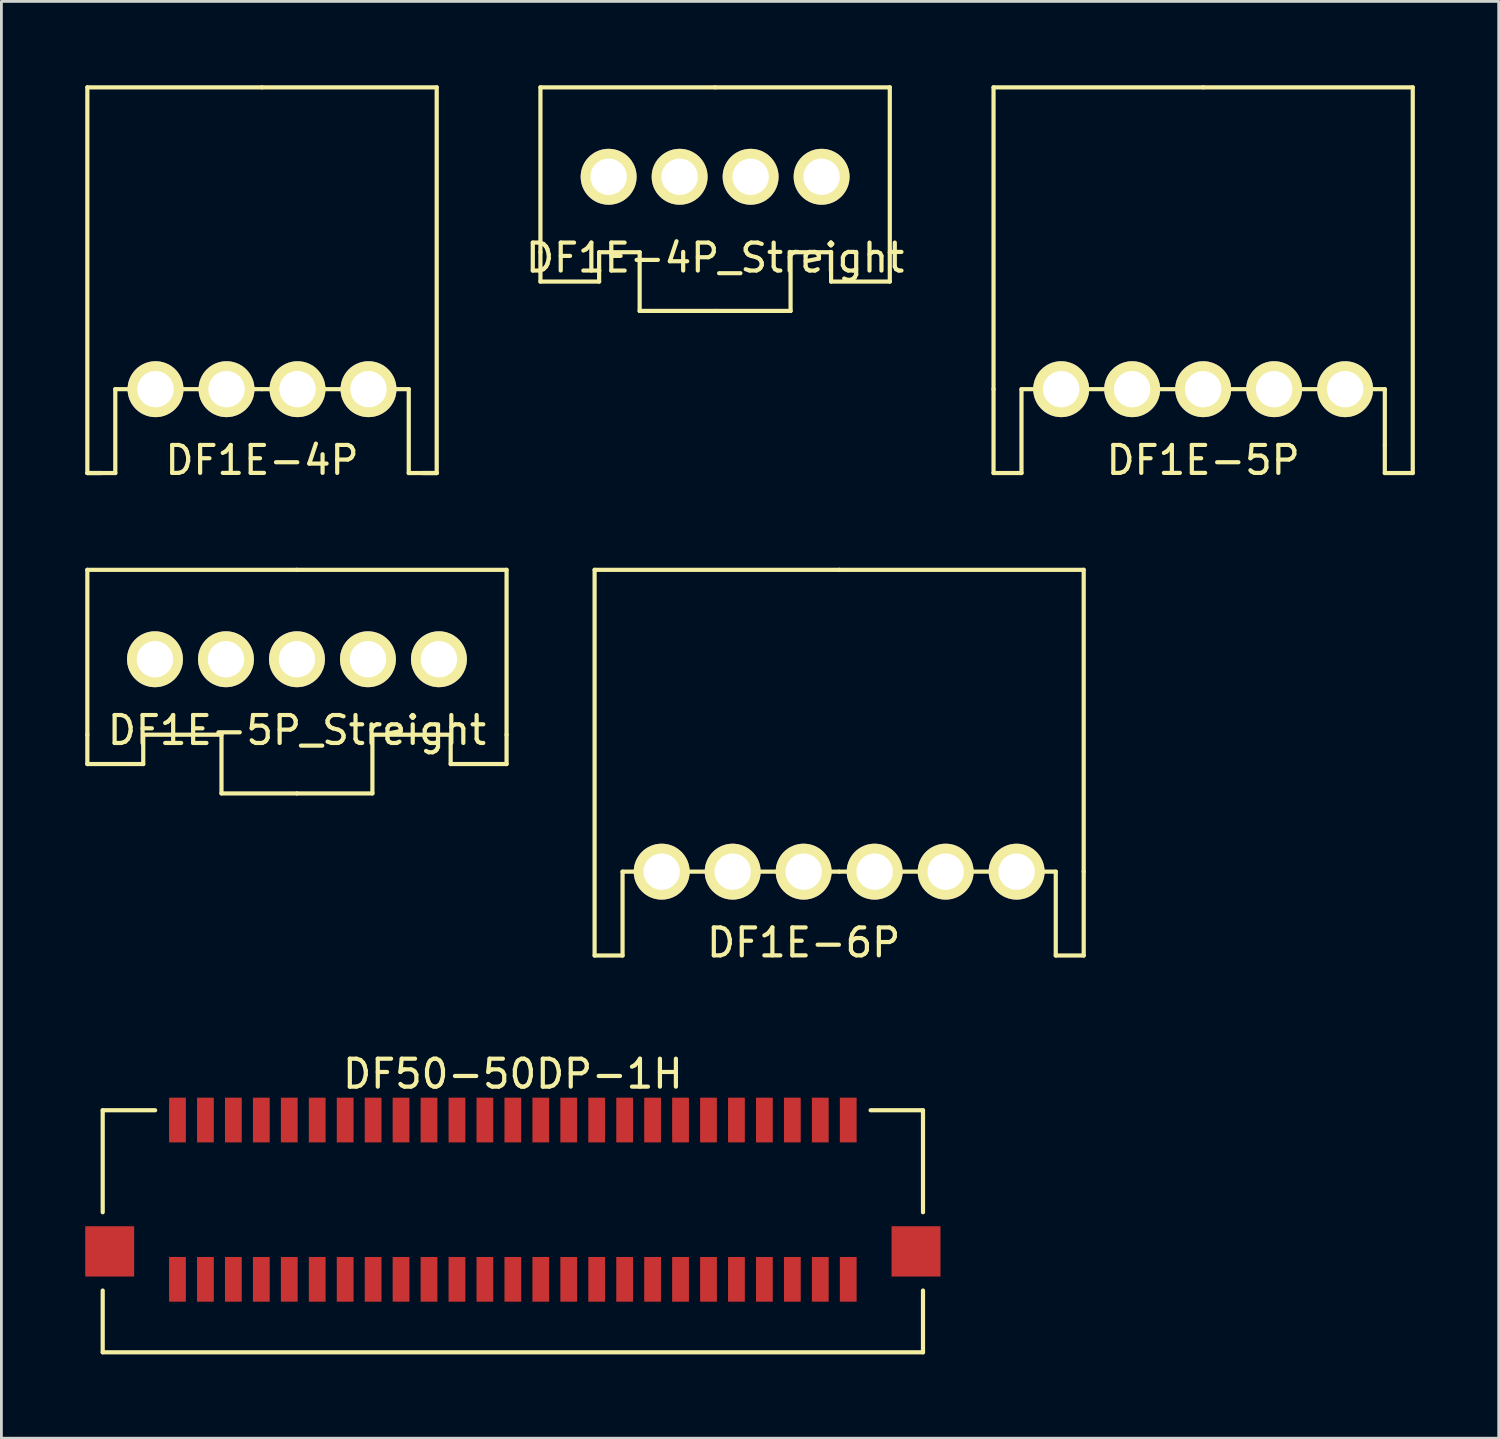
<source format=kicad_pcb>
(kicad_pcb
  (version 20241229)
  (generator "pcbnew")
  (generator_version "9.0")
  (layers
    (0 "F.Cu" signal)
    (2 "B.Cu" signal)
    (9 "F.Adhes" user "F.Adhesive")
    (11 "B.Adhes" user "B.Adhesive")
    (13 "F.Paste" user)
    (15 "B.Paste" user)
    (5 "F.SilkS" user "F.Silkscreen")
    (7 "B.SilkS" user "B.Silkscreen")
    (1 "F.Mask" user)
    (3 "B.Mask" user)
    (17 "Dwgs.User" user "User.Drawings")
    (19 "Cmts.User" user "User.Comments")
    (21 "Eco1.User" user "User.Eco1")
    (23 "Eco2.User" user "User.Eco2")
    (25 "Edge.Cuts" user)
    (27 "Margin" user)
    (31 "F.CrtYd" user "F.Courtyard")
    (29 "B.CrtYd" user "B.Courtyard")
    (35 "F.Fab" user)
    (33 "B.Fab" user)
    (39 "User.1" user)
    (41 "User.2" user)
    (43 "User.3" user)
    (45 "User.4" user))
  (footprint "DF1E-5P_Streight"
    (layer "F.Cu")
    (at 7.575 20.538)
    (property "Reference" "DF1E-5P_Streight" (at 0 2.54 0) (layer "F.SilkS") (effects (font (size 1 1) (thickness 0.15))))
    (attr through_hole)
    (fp_line (start -7.5 -3.2) (end -7.5 2.7) (stroke (width 0.15) (type solid)) (layer "F.SilkS"))
    (fp_line (start -7.5 2.7) (end -7.5 3.75) (stroke (width 0.15) (type solid)) (layer "F.SilkS"))
    (fp_line (start -7.5 3.75) (end -5.5 3.75) (stroke (width 0.15) (type solid)) (layer "F.SilkS"))
    (fp_line (start -5.5 3.75) (end -5.5 2.7) (stroke (width 0.15) (type solid)) (layer "F.SilkS"))
    (fp_line (start -2.7 2.7) (end -5.5 2.7) (stroke (width 0.15) (type solid)) (layer "F.SilkS"))
    (fp_line (start -2.7 4.8) (end -2.7 2.7) (stroke (width 0.15) (type solid)) (layer "F.SilkS"))
    (fp_line (start 0 -3.2) (end -7.5 -3.2) (stroke (width 0.15) (type solid)) (layer "F.SilkS"))
    (fp_line (start 0 4.8) (end -2.7 4.8) (stroke (width 0.15) (type solid)) (layer "F.SilkS"))
    (fp_line (start 0 4.8) (end 2.7 4.8) (stroke (width 0.15) (type solid)) (layer "F.SilkS"))
    (fp_line (start 2.7 4.8) (end 2.7 2.7) (stroke (width 0.15) (type solid)) (layer "F.SilkS"))
    (fp_line (start 5.5 2.7) (end 2.7 2.7) (stroke (width 0.15) (type solid)) (layer "F.SilkS"))
    (fp_line (start 5.5 3.75) (end 5.5 2.7) (stroke (width 0.15) (type solid)) (layer "F.SilkS"))
    (fp_line (start 7.5 -3.2) (end 0 -3.2) (stroke (width 0.15) (type solid)) (layer "F.SilkS"))
    (fp_line (start 7.5 2.7) (end 7.5 -3.2) (stroke (width 0.15) (type solid)) (layer "F.SilkS"))
    (fp_line (start 7.5 2.7) (end 7.5 3.75) (stroke (width 0.15) (type solid)) (layer "F.SilkS"))
    (fp_line (start 7.5 3.75) (end 5.5 3.75) (stroke (width 0.15) (type solid)) (layer "F.SilkS"))
    (pad "1" thru_hole circle (at -5.08 0) (size 2 2) (drill 1.3) (layers "*.Cu" "*.Mask" "F.SilkS"))
    (pad "2" thru_hole circle (at -2.54 0) (size 2 2) (drill 1.3) (layers "*.Cu" "*.Mask" "F.SilkS"))
    (pad "3" thru_hole circle (at 0 0) (size 2 2) (drill 1.3) (layers "*.Cu" "*.Mask" "F.SilkS"))
    (pad "4" thru_hole circle (at 2.54 0) (size 2 2) (drill 1.3) (layers "*.Cu" "*.Mask" "F.SilkS"))
    (pad "5" thru_hole circle (at 5.08 0) (size 2 2) (drill 1.3) (layers "*.Cu" "*.Mask" "F.SilkS")))
  (footprint "DF50-50DP-1H"
    (placed yes)
    (layer "F.Cu")
    (at 27.3 37.025)
    (property "Reference" "DF50-50DP-1H" (at -12 -1.65 0) (layer "F.SilkS") (effects (font (size 1 1) (thickness 0.15))))
    (attr through_hole)
    (fp_line (start -26.675 -0.35) (end -26.675 3.3) (stroke (width 0.15) (type solid)) (layer "F.SilkS"))
    (fp_line (start -26.675 6.1) (end -26.675 8.31) (stroke (width 0.15) (type solid)) (layer "F.SilkS"))
    (fp_line (start -24.8 -0.35) (end -26.675 -0.35) (stroke (width 0.15) (type solid)) (layer "F.SilkS"))
    (fp_line (start 2.675 -0.35) (end 0.8 -0.35) (stroke (width 0.15) (type solid)) (layer "F.SilkS"))
    (fp_line (start 2.675 -0.35) (end 2.675 3.3) (stroke (width 0.15) (type solid)) (layer "F.SilkS"))
    (fp_line (start 2.675 6.1) (end 2.675 8.31) (stroke (width 0.15) (type solid)) (layer "F.SilkS"))
    (fp_line (start 2.675 8.31) (end -26.675 8.31) (stroke (width 0.15) (type solid)) (layer "F.SilkS"))
    (pad "" smd rect (at -26.425 4.7) (size 1.75 1.8) (layers "F.Cu" "F.Mask" "F.Paste"))
    (pad "" smd rect (at 2.425 4.7) (size 1.75 1.8) (layers "F.Cu" "F.Mask" "F.Paste"))
    (pad "1" smd rect (at 0 0) (size 0.6 1.6) (layers "F.Cu" "F.Mask" "F.Paste"))
    (pad "2" smd rect (at 0 5.7) (size 0.6 1.6) (layers "F.Cu" "F.Mask" "F.Paste"))
    (pad "3" smd rect (at -1 0) (size 0.6 1.6) (layers "F.Cu" "F.Mask" "F.Paste"))
    (pad "4" smd rect (at -1 5.7) (size 0.6 1.6) (layers "F.Cu" "F.Mask" "F.Paste"))
    (pad "5" smd rect (at -2 0) (size 0.6 1.6) (layers "F.Cu" "F.Mask" "F.Paste"))
    (pad "6" smd rect (at -2 5.7) (size 0.6 1.6) (layers "F.Cu" "F.Mask" "F.Paste"))
    (pad "7" smd rect (at -3 0) (size 0.6 1.6) (layers "F.Cu" "F.Mask" "F.Paste"))
    (pad "8" smd rect (at -3 5.7) (size 0.6 1.6) (layers "F.Cu" "F.Mask" "F.Paste"))
    (pad "9" smd rect (at -4 0) (size 0.6 1.6) (layers "F.Cu" "F.Mask" "F.Paste"))
    (pad "10" smd rect (at -4 5.7) (size 0.6 1.6) (layers "F.Cu" "F.Mask" "F.Paste"))
    (pad "11" smd rect (at -5 0) (size 0.6 1.6) (layers "F.Cu" "F.Mask" "F.Paste"))
    (pad "12" smd rect (at -5 5.7) (size 0.6 1.6) (layers "F.Cu" "F.Mask" "F.Paste"))
    (pad "13" smd rect (at -6 0) (size 0.6 1.6) (layers "F.Cu" "F.Mask" "F.Paste"))
    (pad "14" smd rect (at -6 5.7) (size 0.6 1.6) (layers "F.Cu" "F.Mask" "F.Paste"))
    (pad "15" smd rect (at -7 0) (size 0.6 1.6) (layers "F.Cu" "F.Mask" "F.Paste"))
    (pad "16" smd rect (at -7 5.7) (size 0.6 1.6) (layers "F.Cu" "F.Mask" "F.Paste"))
    (pad "17" smd rect (at -8 0) (size 0.6 1.6) (layers "F.Cu" "F.Mask" "F.Paste"))
    (pad "18" smd rect (at -8 5.7) (size 0.6 1.6) (layers "F.Cu" "F.Mask" "F.Paste"))
    (pad "19" smd rect (at -9 0) (size 0.6 1.6) (layers "F.Cu" "F.Mask" "F.Paste"))
    (pad "20" smd rect (at -9 5.7) (size 0.6 1.6) (layers "F.Cu" "F.Mask" "F.Paste"))
    (pad "21" smd rect (at -10 0) (size 0.6 1.6) (layers "F.Cu" "F.Mask" "F.Paste"))
    (pad "22" smd rect (at -10 5.7) (size 0.6 1.6) (layers "F.Cu" "F.Mask" "F.Paste"))
    (pad "23" smd rect (at -11 0) (size 0.6 1.6) (layers "F.Cu" "F.Mask" "F.Paste"))
    (pad "24" smd rect (at -11 5.7) (size 0.6 1.6) (layers "F.Cu" "F.Mask" "F.Paste"))
    (pad "25" smd rect (at -12 0) (size 0.6 1.6) (layers "F.Cu" "F.Mask" "F.Paste"))
    (pad "26" smd rect (at -12 5.7) (size 0.6 1.6) (layers "F.Cu" "F.Mask" "F.Paste"))
    (pad "27" smd rect (at -13 0) (size 0.6 1.6) (layers "F.Cu" "F.Mask" "F.Paste"))
    (pad "28" smd rect (at -13 5.7) (size 0.6 1.6) (layers "F.Cu" "F.Mask" "F.Paste"))
    (pad "29" smd rect (at -14 0) (size 0.6 1.6) (layers "F.Cu" "F.Mask" "F.Paste"))
    (pad "30" smd rect (at -14 5.7) (size 0.6 1.6) (layers "F.Cu" "F.Mask" "F.Paste"))
    (pad "31" smd rect (at -15 0) (size 0.6 1.6) (layers "F.Cu" "F.Mask" "F.Paste"))
    (pad "32" smd rect (at -15 5.7) (size 0.6 1.6) (layers "F.Cu" "F.Mask" "F.Paste"))
    (pad "33" smd rect (at -16 0) (size 0.6 1.6) (layers "F.Cu" "F.Mask" "F.Paste"))
    (pad "34" smd rect (at -16 5.7) (size 0.6 1.6) (layers "F.Cu" "F.Mask" "F.Paste"))
    (pad "35" smd rect (at -17 0) (size 0.6 1.6) (layers "F.Cu" "F.Mask" "F.Paste"))
    (pad "36" smd rect (at -17 5.7) (size 0.6 1.6) (layers "F.Cu" "F.Mask" "F.Paste"))
    (pad "37" smd rect (at -18 0) (size 0.6 1.6) (layers "F.Cu" "F.Mask" "F.Paste"))
    (pad "38" smd rect (at -18 5.7) (size 0.6 1.6) (layers "F.Cu" "F.Mask" "F.Paste"))
    (pad "39" smd rect (at -19 0) (size 0.6 1.6) (layers "F.Cu" "F.Mask" "F.Paste"))
    (pad "40" smd rect (at -19 5.7) (size 0.6 1.6) (layers "F.Cu" "F.Mask" "F.Paste"))
    (pad "41" smd rect (at -20 0) (size 0.6 1.6) (layers "F.Cu" "F.Mask" "F.Paste"))
    (pad "42" smd rect (at -20 5.7) (size 0.6 1.6) (layers "F.Cu" "F.Mask" "F.Paste"))
    (pad "43" smd rect (at -21 0) (size 0.6 1.6) (layers "F.Cu" "F.Mask" "F.Paste"))
    (pad "44" smd rect (at -21 5.7) (size 0.6 1.6) (layers "F.Cu" "F.Mask" "F.Paste"))
    (pad "45" smd rect (at -22 0) (size 0.6 1.6) (layers "F.Cu" "F.Mask" "F.Paste"))
    (pad "46" smd rect (at -22 5.7) (size 0.6 1.6) (layers "F.Cu" "F.Mask" "F.Paste"))
    (pad "47" smd rect (at -23 0) (size 0.6 1.6) (layers "F.Cu" "F.Mask" "F.Paste"))
    (pad "48" smd rect (at -23 5.7) (size 0.6 1.6) (layers "F.Cu" "F.Mask" "F.Paste"))
    (pad "49" smd rect (at -24 0) (size 0.6 1.6) (layers "F.Cu" "F.Mask" "F.Paste"))
    (pad "50" smd rect (at -24 5.7) (size 0.6 1.6) (layers "F.Cu" "F.Mask" "F.Paste")))
  (footprint "DF1E-4P_Streight"
    (layer "F.Cu")
    (at 22.537 3.275)
    (property "Reference" "DF1E-4P_Streight" (at 0 2.9 0) (layer "F.SilkS") (effects (font (size 1 1) (thickness 0.15))))
    (attr through_hole)
    (fp_line (start -6.25 2.7) (end -6.25 -3.2) (stroke (width 0.15) (type solid)) (layer "F.SilkS"))
    (fp_line (start -6.25 2.7) (end -6.25 3.75) (stroke (width 0.15) (type solid)) (layer "F.SilkS"))
    (fp_line (start -6.25 3.75) (end -4.15 3.75) (stroke (width 0.15) (type solid)) (layer "F.SilkS"))
    (fp_line (start -4.15 3.75) (end -4.15 2.7) (stroke (width 0.15) (type solid)) (layer "F.SilkS"))
    (fp_line (start -2.7 2.7) (end -4.15 2.7) (stroke (width 0.15) (type solid)) (layer "F.SilkS"))
    (fp_line (start -2.7 4.8) (end -2.7 2.7) (stroke (width 0.15) (type solid)) (layer "F.SilkS"))
    (fp_line (start 0 -3.2) (end -6.25 -3.2) (stroke (width 0.15) (type solid)) (layer "F.SilkS"))
    (fp_line (start 0 -3.2) (end 6.25 -3.2) (stroke (width 0.15) (type solid)) (layer "F.SilkS"))
    (fp_line (start 0 4.8) (end -2.7 4.8) (stroke (width 0.15) (type solid)) (layer "F.SilkS"))
    (fp_line (start 0 4.8) (end 2.7 4.8) (stroke (width 0.15) (type solid)) (layer "F.SilkS"))
    (fp_line (start 2.7 4.8) (end 2.7 2.7) (stroke (width 0.15) (type solid)) (layer "F.SilkS"))
    (fp_line (start 4.15 2.7) (end 2.7 2.7) (stroke (width 0.15) (type solid)) (layer "F.SilkS"))
    (fp_line (start 4.15 3.75) (end 4.15 2.7) (stroke (width 0.15) (type solid)) (layer "F.SilkS"))
    (fp_line (start 6.25 -3.2) (end 6.25 2.7) (stroke (width 0.15) (type solid)) (layer "F.SilkS"))
    (fp_line (start 6.25 2.7) (end 6.25 3.75) (stroke (width 0.15) (type solid)) (layer "F.SilkS"))
    (fp_line (start 6.25 3.75) (end 4.15 3.75) (stroke (width 0.15) (type solid)) (layer "F.SilkS"))
    (pad "1" thru_hole circle (at -3.81 0) (size 2 2) (drill 1.3) (layers "*.Cu" "*.Mask" "F.SilkS"))
    (pad "2" thru_hole circle (at -1.27 0) (size 2 2) (drill 1.3) (layers "*.Cu" "*.Mask" "F.SilkS"))
    (pad "3" thru_hole circle (at 1.27 0) (size 2 2) (drill 1.3) (layers "*.Cu" "*.Mask" "F.SilkS"))
    (pad "4" thru_hole circle (at 3.81 0) (size 2 2) (drill 1.3) (layers "*.Cu" "*.Mask" "F.SilkS")))
  (footprint "DF1E-5P"
    (layer "F.Cu")
    (at 39.999 10.875)
    (property "Reference" "DF1E-5P" (at 0 2.54 0) (layer "F.SilkS") (effects (font (size 1 1) (thickness 0.15))))
    (attr through_hole)
    (fp_line (start -7.5 -10.8) (end -7.5 0) (stroke (width 0.15) (type solid)) (layer "F.SilkS"))
    (fp_line (start -7.5 0) (end -7.5 3) (stroke (width 0.15) (type solid)) (layer "F.SilkS"))
    (fp_line (start -7.5 3) (end -6.5 3) (stroke (width 0.15) (type solid)) (layer "F.SilkS"))
    (fp_line (start -6.5 0) (end 0 0) (stroke (width 0.15) (type solid)) (layer "F.SilkS"))
    (fp_line (start -6.5 3) (end -6.5 0) (stroke (width 0.15) (type solid)) (layer "F.SilkS"))
    (fp_line (start 0 -10.8) (end -7.5 -10.8) (stroke (width 0.15) (type solid)) (layer "F.SilkS"))
    (fp_line (start 0 -10.8) (end 7.5 -10.8) (stroke (width 0.15) (type solid)) (layer "F.SilkS"))
    (fp_line (start 6.5 0) (end 0 0) (stroke (width 0.15) (type solid)) (layer "F.SilkS"))
    (fp_line (start 6.5 2) (end 6.5 0) (stroke (width 0.15) (type solid)) (layer "F.SilkS"))
    (fp_line (start 6.5 3) (end 6.5 2) (stroke (width 0.15) (type solid)) (layer "F.SilkS"))
    (fp_line (start 7.5 -10.8) (end 7.5 3) (stroke (width 0.15) (type solid)) (layer "F.SilkS"))
    (fp_line (start 7.5 3) (end 6.5 3) (stroke (width 0.15) (type solid)) (layer "F.SilkS"))
    (pad "1" thru_hole circle (at -5.08 0) (size 2 2) (drill 1.3) (layers "*.Cu" "*.Mask" "F.SilkS"))
    (pad "2" thru_hole circle (at -2.54 0) (size 2 2) (drill 1.3) (layers "*.Cu" "*.Mask" "F.SilkS"))
    (pad "3" thru_hole circle (at 0 0) (size 2 2) (drill 1.3) (layers "*.Cu" "*.Mask" "F.SilkS"))
    (pad "4" thru_hole circle (at 2.54 0) (size 2 2) (drill 1.3) (layers "*.Cu" "*.Mask" "F.SilkS"))
    (pad "5" thru_hole circle (at 5.08 0) (size 2 2) (drill 1.3) (layers "*.Cu" "*.Mask" "F.SilkS")))
  (footprint "DF1E-4P"
    (layer "F.Cu")
    (at 6.325 10.875)
    (property "Reference" "DF1E-4P" (at 0 2.54 0) (layer "F.SilkS") (effects (font (size 1 1) (thickness 0.15))))
    (attr through_hole)
    (fp_line (start -6.25 -10.8) (end -6.25 3) (stroke (width 0.15) (type solid)) (layer "F.SilkS"))
    (fp_line (start -6.25 3) (end -5.75 3) (stroke (width 0.15) (type solid)) (layer "F.SilkS"))
    (fp_line (start -6.25 3) (end -5.25 3) (stroke (width 0.15) (type solid)) (layer "F.SilkS"))
    (fp_line (start -5.25 0) (end -1.25 0) (stroke (width 0.15) (type solid)) (layer "F.SilkS"))
    (fp_line (start -5.25 3) (end -5.25 0) (stroke (width 0.15) (type solid)) (layer "F.SilkS"))
    (fp_line (start -1.25 0) (end 0 0) (stroke (width 0.15) (type solid)) (layer "F.SilkS"))
    (fp_line (start 0 -10.8) (end -6.25 -10.8) (stroke (width 0.15) (type solid)) (layer "F.SilkS"))
    (fp_line (start 5.25 0) (end 0 0) (stroke (width 0.15) (type solid)) (layer "F.SilkS"))
    (fp_line (start 5.25 3) (end 5.25 0) (stroke (width 0.15) (type solid)) (layer "F.SilkS"))
    (fp_line (start 5.75 3) (end 6.25 3) (stroke (width 0.15) (type solid)) (layer "F.SilkS"))
    (fp_line (start 6.25 -10.8) (end 0 -10.8) (stroke (width 0.15) (type solid)) (layer "F.SilkS"))
    (fp_line (start 6.25 3) (end 5.25 3) (stroke (width 0.15) (type solid)) (layer "F.SilkS"))
    (fp_line (start 6.25 3) (end 6.25 -10.8) (stroke (width 0.15) (type solid)) (layer "F.SilkS"))
    (pad "1" thru_hole circle (at -3.81 0) (size 2 2) (drill 1.3) (layers "*.Cu" "*.Mask" "F.SilkS"))
    (pad "2" thru_hole circle (at -1.27 0) (size 2 2) (drill 1.3) (layers "*.Cu" "*.Mask" "F.SilkS"))
    (pad "3" thru_hole circle (at 1.27 0) (size 2 2) (drill 1.3) (layers "*.Cu" "*.Mask" "F.SilkS"))
    (pad "4" thru_hole circle (at 3.81 0) (size 2 2) (drill 1.3) (layers "*.Cu" "*.Mask" "F.SilkS")))
  (footprint "DF1E-6P"
    (layer "F.Cu")
    (at 26.975 28.138)
    (property "Reference" "DF1E-6P" (at -1.27 2.54 0) (layer "F.SilkS") (effects (font (size 1 1) (thickness 0.15))))
    (attr through_hole)
    (fp_line (start -8.75 -10.8) (end -8.75 3) (stroke (width 0.15) (type solid)) (layer "F.SilkS"))
    (fp_line (start -8.75 3) (end -7.75 3) (stroke (width 0.15) (type solid)) (layer "F.SilkS"))
    (fp_line (start -7.75 0) (end 0 0) (stroke (width 0.15) (type solid)) (layer "F.SilkS"))
    (fp_line (start -7.75 3) (end -7.75 0) (stroke (width 0.15) (type solid)) (layer "F.SilkS"))
    (fp_line (start 0 -10.8) (end -8.75 -10.8) (stroke (width 0.15) (type solid)) (layer "F.SilkS"))
    (fp_line (start 0 -10.8) (end 8.75 -10.8) (stroke (width 0.15) (type solid)) (layer "F.SilkS"))
    (fp_line (start 7.75 0) (end 0 0) (stroke (width 0.15) (type solid)) (layer "F.SilkS"))
    (fp_line (start 7.75 3) (end 7.75 0) (stroke (width 0.15) (type solid)) (layer "F.SilkS"))
    (fp_line (start 8.75 -10.8) (end 8.75 0) (stroke (width 0.15) (type solid)) (layer "F.SilkS"))
    (fp_line (start 8.75 0) (end 8.75 3) (stroke (width 0.15) (type solid)) (layer "F.SilkS"))
    (fp_line (start 8.75 3) (end 7.75 3) (stroke (width 0.15) (type solid)) (layer "F.SilkS"))
    (pad "1" thru_hole circle (at -6.35 0) (size 2 2) (drill 1.3) (layers "*.Cu" "*.Mask" "F.SilkS"))
    (pad "2" thru_hole circle (at -3.81 0) (size 2 2) (drill 1.3) (layers "*.Cu" "*.Mask" "F.SilkS"))
    (pad "3" thru_hole circle (at -1.27 0) (size 2 2) (drill 1.3) (layers "*.Cu" "*.Mask" "F.SilkS"))
    (pad "4" thru_hole circle (at 1.27 0) (size 2 2) (drill 1.3) (layers "*.Cu" "*.Mask" "F.SilkS"))
    (pad "5" thru_hole circle (at 3.81 0) (size 2 2) (drill 1.3) (layers "*.Cu" "*.Mask" "F.SilkS"))
    (pad "6" thru_hole circle (at 6.35 0) (size 2 2) (drill 1.3) (layers "*.Cu" "*.Mask" "F.SilkS")))
  (gr_rect
    (start -3 -3)
    (end 50.574 48.41)
    (stroke (width 0.1) (type default))
    (fill no)
    (layer "Edge.Cuts")))
</source>
